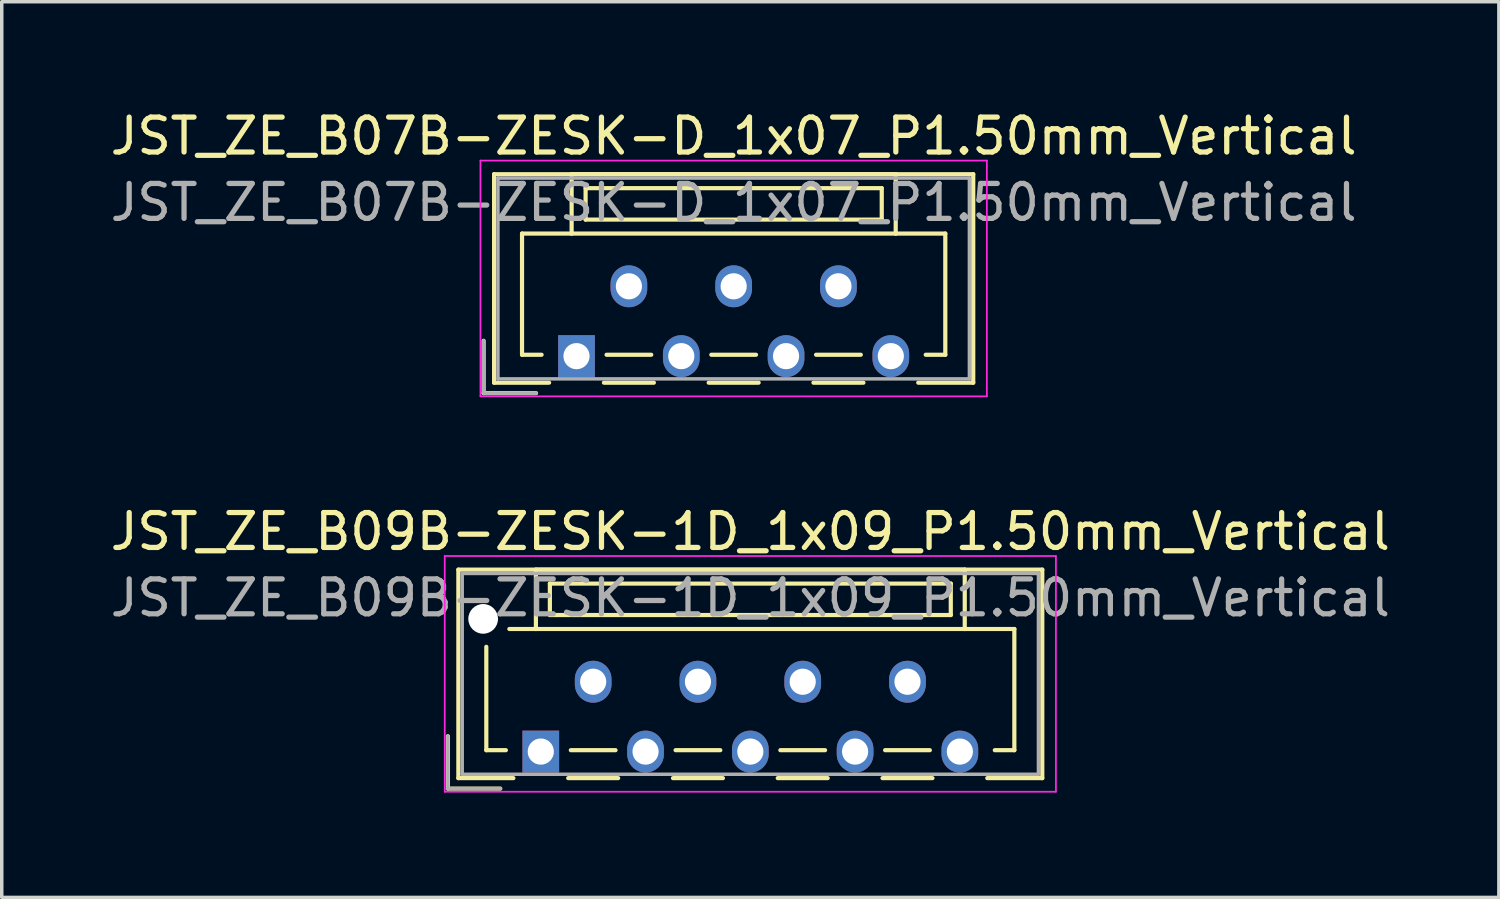
<source format=kicad_pcb>
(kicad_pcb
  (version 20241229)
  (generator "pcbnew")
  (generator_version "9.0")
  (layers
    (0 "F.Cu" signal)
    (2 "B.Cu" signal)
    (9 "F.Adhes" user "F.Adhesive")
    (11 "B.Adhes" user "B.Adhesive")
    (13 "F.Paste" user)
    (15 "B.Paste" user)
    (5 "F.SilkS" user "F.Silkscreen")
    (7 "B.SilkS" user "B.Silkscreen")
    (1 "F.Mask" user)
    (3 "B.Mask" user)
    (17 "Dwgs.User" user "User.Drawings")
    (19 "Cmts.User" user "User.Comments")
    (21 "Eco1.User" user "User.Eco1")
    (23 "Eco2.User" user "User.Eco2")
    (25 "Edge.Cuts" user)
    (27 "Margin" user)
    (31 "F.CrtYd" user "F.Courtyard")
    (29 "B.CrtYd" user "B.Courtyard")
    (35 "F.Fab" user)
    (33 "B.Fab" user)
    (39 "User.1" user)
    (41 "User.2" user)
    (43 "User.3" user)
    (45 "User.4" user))
  (footprint "JST_ZE_B09B-ZESK-1D_1x09_P1.50mm_Vertical"
    (layer "F.Cu")
    (at 12.435 18.471)
    (property "Reference" "JST_ZE_B09B-ZESK-1D_1x09_P1.50mm_Vertical" (at 6 -6.3 0) (layer "F.SilkS") (effects (font (size 1 1) (thickness 0.15))))
    (attr through_hole)
    (fp_line (start -2.66 -0.44) (end -2.66 1.06) (stroke (width 0.12) (type solid)) (layer "F.SilkS"))
    (fp_line (start -2.66 1.06) (end -1.16 1.06) (stroke (width 0.12) (type solid)) (layer "F.SilkS"))
    (fp_line (start -2.36 -5.21) (end 14.36 -5.21) (stroke (width 0.12) (type solid)) (layer "F.SilkS"))
    (fp_line (start -2.36 0.76) (end -2.36 -5.21) (stroke (width 0.12) (type solid)) (layer "F.SilkS"))
    (fp_line (start -1.56 -3) (end -1.56 -0.04) (stroke (width 0.12) (type solid)) (layer "F.SilkS"))
    (fp_line (start -1.56 -0.04) (end -1 -0.04) (stroke (width 0.12) (type solid)) (layer "F.SilkS"))
    (fp_line (start -0.785 0.76) (end -2.36 0.76) (stroke (width 0.12) (type solid)) (layer "F.SilkS"))
    (fp_line (start -0.14 -5.21) (end -0.14 -3.51) (stroke (width 0.12) (type solid)) (layer "F.SilkS"))
    (fp_line (start -0.14 -3.51) (end -0.9 -3.51) (stroke (width 0.12) (type solid)) (layer "F.SilkS"))
    (fp_line (start -0.14 -3.51) (end 12.14 -3.51) (stroke (width 0.12) (type solid)) (layer "F.SilkS"))
    (fp_line (start 0.26 -4.81) (end 0.26 -3.91) (stroke (width 0.12) (type solid)) (layer "F.SilkS"))
    (fp_line (start 0.26 -3.91) (end 11.74 -3.91) (stroke (width 0.12) (type solid)) (layer "F.SilkS"))
    (fp_line (start 0.785 0.76) (end 2.215 0.76) (stroke (width 0.12) (type solid)) (layer "F.SilkS"))
    (fp_line (start 0.86 -0.04) (end 2.14 -0.04) (stroke (width 0.12) (type solid)) (layer "F.SilkS"))
    (fp_line (start 3.785 0.76) (end 5.215 0.76) (stroke (width 0.12) (type solid)) (layer "F.SilkS"))
    (fp_line (start 3.86 -0.04) (end 5.14 -0.04) (stroke (width 0.12) (type solid)) (layer "F.SilkS"))
    (fp_line (start 6.785 0.76) (end 8.215 0.76) (stroke (width 0.12) (type solid)) (layer "F.SilkS"))
    (fp_line (start 6.86 -0.04) (end 8.14 -0.04) (stroke (width 0.12) (type solid)) (layer "F.SilkS"))
    (fp_line (start 9.785 0.76) (end 11.215 0.76) (stroke (width 0.12) (type solid)) (layer "F.SilkS"))
    (fp_line (start 9.86 -0.04) (end 11.14 -0.04) (stroke (width 0.12) (type solid)) (layer "F.SilkS"))
    (fp_line (start 11.74 -4.81) (end 0.26 -4.81) (stroke (width 0.12) (type solid)) (layer "F.SilkS"))
    (fp_line (start 11.74 -3.91) (end 11.74 -4.81) (stroke (width 0.12) (type solid)) (layer "F.SilkS"))
    (fp_line (start 12.14 -5.21) (end -0.14 -5.21) (stroke (width 0.12) (type solid)) (layer "F.SilkS"))
    (fp_line (start 12.14 -3.51) (end 12.14 -5.21) (stroke (width 0.12) (type solid)) (layer "F.SilkS"))
    (fp_line (start 12.14 -3.51) (end 13.56 -3.51) (stroke (width 0.12) (type solid)) (layer "F.SilkS"))
    (fp_line (start 13.56 -3.51) (end 13.56 -0.04) (stroke (width 0.12) (type solid)) (layer "F.SilkS"))
    (fp_line (start 13.56 -0.04) (end 13 -0.04) (stroke (width 0.12) (type solid)) (layer "F.SilkS"))
    (fp_line (start 14.36 -5.21) (end 14.36 0.76) (stroke (width 0.12) (type solid)) (layer "F.SilkS"))
    (fp_line (start 14.36 0.76) (end 12.785 0.76) (stroke (width 0.12) (type solid)) (layer "F.SilkS"))
    (fp_line (start -2.75 -5.6) (end -2.75 1.15) (stroke (width 0.05) (type solid)) (layer "F.CrtYd"))
    (fp_line (start -2.75 1.15) (end 14.75 1.15) (stroke (width 0.05) (type solid)) (layer "F.CrtYd"))
    (fp_line (start 14.75 -5.6) (end -2.75 -5.6) (stroke (width 0.05) (type solid)) (layer "F.CrtYd"))
    (fp_line (start 14.75 1.15) (end 14.75 -5.6) (stroke (width 0.05) (type solid)) (layer "F.CrtYd"))
    (fp_line (start -2.66 -0.44) (end -2.66 1.06) (stroke (width 0.1) (type solid)) (layer "F.Fab"))
    (fp_line (start -2.66 1.06) (end -1.16 1.06) (stroke (width 0.1) (type solid)) (layer "F.Fab"))
    (fp_line (start -2.25 -5.1) (end -2.25 0.65) (stroke (width 0.1) (type solid)) (layer "F.Fab"))
    (fp_line (start -2.25 0.65) (end 14.25 0.65) (stroke (width 0.1) (type solid)) (layer "F.Fab"))
    (fp_line (start 14.25 -5.1) (end -2.25 -5.1) (stroke (width 0.1) (type solid)) (layer "F.Fab"))
    (fp_line (start 14.25 0.65) (end 14.25 -5.1) (stroke (width 0.1) (type solid)) (layer "F.Fab"))
    (fp_text user "${REFERENCE}" (at 6 -4.4 0) (layer "F.Fab") (effects (font (size 1 1) (thickness 0.15))))
    (pad "" np_thru_hole circle (at -1.65 -3.8) (size 0.85 0.85) (drill 0.85) (layers "*.Cu" "*.Mask"))
    (pad "1" thru_hole rect (at 0 0) (size 1.05 1.2) (drill 0.75) (layers "*.Cu" "*.Mask"))
    (pad "2" thru_hole oval (at 1.5 -2) (size 1.05 1.2) (drill 0.75) (layers "*.Cu" "*.Mask"))
    (pad "3" thru_hole oval (at 3 0) (size 1.05 1.2) (drill 0.75) (layers "*.Cu" "*.Mask"))
    (pad "4" thru_hole oval (at 4.5 -2) (size 1.05 1.2) (drill 0.75) (layers "*.Cu" "*.Mask"))
    (pad "5" thru_hole oval (at 6 0) (size 1.05 1.2) (drill 0.75) (layers "*.Cu" "*.Mask"))
    (pad "6" thru_hole oval (at 7.5 -2) (size 1.05 1.2) (drill 0.75) (layers "*.Cu" "*.Mask"))
    (pad "7" thru_hole oval (at 9 0) (size 1.05 1.2) (drill 0.75) (layers "*.Cu" "*.Mask"))
    (pad "8" thru_hole oval (at 10.5 -2) (size 1.05 1.2) (drill 0.75) (layers "*.Cu" "*.Mask"))
    (pad "9" thru_hole oval (at 12 0) (size 1.05 1.2) (drill 0.75) (layers "*.Cu" "*.Mask")))
  (footprint "JST_ZE_B07B-ZESK-D_1x07_P1.50mm_Vertical"
    (layer "F.Cu")
    (at 13.458 7.148)
    (property "Reference" "JST_ZE_B07B-ZESK-D_1x07_P1.50mm_Vertical" (at 4.5 -6.3 0) (layer "F.SilkS") (effects (font (size 1 1) (thickness 0.15))))
    (attr through_hole)
    (fp_line (start -2.66 -0.44) (end -2.66 1.06) (stroke (width 0.12) (type solid)) (layer "F.SilkS"))
    (fp_line (start -2.66 1.06) (end -1.16 1.06) (stroke (width 0.12) (type solid)) (layer "F.SilkS"))
    (fp_line (start -2.36 -5.21) (end 11.36 -5.21) (stroke (width 0.12) (type solid)) (layer "F.SilkS"))
    (fp_line (start -2.36 0.76) (end -2.36 -5.21) (stroke (width 0.12) (type solid)) (layer "F.SilkS"))
    (fp_line (start -1.56 -3.51) (end -1.56 -0.04) (stroke (width 0.12) (type solid)) (layer "F.SilkS"))
    (fp_line (start -1.56 -0.04) (end -1 -0.04) (stroke (width 0.12) (type solid)) (layer "F.SilkS"))
    (fp_line (start -0.785 0.76) (end -2.36 0.76) (stroke (width 0.12) (type solid)) (layer "F.SilkS"))
    (fp_line (start -0.14 -5.21) (end -0.14 -3.51) (stroke (width 0.12) (type solid)) (layer "F.SilkS"))
    (fp_line (start -0.14 -3.51) (end -1.56 -3.51) (stroke (width 0.12) (type solid)) (layer "F.SilkS"))
    (fp_line (start -0.14 -3.51) (end 9.14 -3.51) (stroke (width 0.12) (type solid)) (layer "F.SilkS"))
    (fp_line (start 0.26 -4.81) (end 0.26 -3.91) (stroke (width 0.12) (type solid)) (layer "F.SilkS"))
    (fp_line (start 0.26 -3.91) (end 8.74 -3.91) (stroke (width 0.12) (type solid)) (layer "F.SilkS"))
    (fp_line (start 0.785 0.76) (end 2.215 0.76) (stroke (width 0.12) (type solid)) (layer "F.SilkS"))
    (fp_line (start 0.86 -0.04) (end 2.14 -0.04) (stroke (width 0.12) (type solid)) (layer "F.SilkS"))
    (fp_line (start 3.785 0.76) (end 5.215 0.76) (stroke (width 0.12) (type solid)) (layer "F.SilkS"))
    (fp_line (start 3.86 -0.04) (end 5.14 -0.04) (stroke (width 0.12) (type solid)) (layer "F.SilkS"))
    (fp_line (start 6.785 0.76) (end 8.215 0.76) (stroke (width 0.12) (type solid)) (layer "F.SilkS"))
    (fp_line (start 6.86 -0.04) (end 8.14 -0.04) (stroke (width 0.12) (type solid)) (layer "F.SilkS"))
    (fp_line (start 8.74 -4.81) (end 0.26 -4.81) (stroke (width 0.12) (type solid)) (layer "F.SilkS"))
    (fp_line (start 8.74 -3.91) (end 8.74 -4.81) (stroke (width 0.12) (type solid)) (layer "F.SilkS"))
    (fp_line (start 9.14 -5.21) (end -0.14 -5.21) (stroke (width 0.12) (type solid)) (layer "F.SilkS"))
    (fp_line (start 9.14 -3.51) (end 9.14 -5.21) (stroke (width 0.12) (type solid)) (layer "F.SilkS"))
    (fp_line (start 9.14 -3.51) (end 10.56 -3.51) (stroke (width 0.12) (type solid)) (layer "F.SilkS"))
    (fp_line (start 10.56 -3.51) (end 10.56 -0.04) (stroke (width 0.12) (type solid)) (layer "F.SilkS"))
    (fp_line (start 10.56 -0.04) (end 10 -0.04) (stroke (width 0.12) (type solid)) (layer "F.SilkS"))
    (fp_line (start 11.36 -5.21) (end 11.36 0.76) (stroke (width 0.12) (type solid)) (layer "F.SilkS"))
    (fp_line (start 11.36 0.76) (end 9.785 0.76) (stroke (width 0.12) (type solid)) (layer "F.SilkS"))
    (fp_line (start -2.75 -5.6) (end -2.75 1.15) (stroke (width 0.05) (type solid)) (layer "F.CrtYd"))
    (fp_line (start -2.75 1.15) (end 11.75 1.15) (stroke (width 0.05) (type solid)) (layer "F.CrtYd"))
    (fp_line (start 11.75 -5.6) (end -2.75 -5.6) (stroke (width 0.05) (type solid)) (layer "F.CrtYd"))
    (fp_line (start 11.75 1.15) (end 11.75 -5.6) (stroke (width 0.05) (type solid)) (layer "F.CrtYd"))
    (fp_line (start -2.66 -0.44) (end -2.66 1.06) (stroke (width 0.1) (type solid)) (layer "F.Fab"))
    (fp_line (start -2.66 1.06) (end -1.16 1.06) (stroke (width 0.1) (type solid)) (layer "F.Fab"))
    (fp_line (start -2.25 -5.1) (end -2.25 0.65) (stroke (width 0.1) (type solid)) (layer "F.Fab"))
    (fp_line (start -2.25 0.65) (end 11.25 0.65) (stroke (width 0.1) (type solid)) (layer "F.Fab"))
    (fp_line (start 11.25 -5.1) (end -2.25 -5.1) (stroke (width 0.1) (type solid)) (layer "F.Fab"))
    (fp_line (start 11.25 0.65) (end 11.25 -5.1) (stroke (width 0.1) (type solid)) (layer "F.Fab"))
    (fp_text user "${REFERENCE}" (at 4.5 -4.4 0) (layer "F.Fab") (effects (font (size 1 1) (thickness 0.15))))
    (pad "1" thru_hole rect (at 0 0) (size 1.05 1.2) (drill 0.75) (layers "*.Cu" "*.Mask"))
    (pad "2" thru_hole oval (at 1.5 -2) (size 1.05 1.2) (drill 0.75) (layers "*.Cu" "*.Mask"))
    (pad "3" thru_hole oval (at 3 0) (size 1.05 1.2) (drill 0.75) (layers "*.Cu" "*.Mask"))
    (pad "4" thru_hole oval (at 4.5 -2) (size 1.05 1.2) (drill 0.75) (layers "*.Cu" "*.Mask"))
    (pad "5" thru_hole oval (at 6 0) (size 1.05 1.2) (drill 0.75) (layers "*.Cu" "*.Mask"))
    (pad "6" thru_hole oval (at 7.5 -2) (size 1.05 1.2) (drill 0.75) (layers "*.Cu" "*.Mask"))
    (pad "7" thru_hole oval (at 9 0) (size 1.05 1.2) (drill 0.75) (layers "*.Cu" "*.Mask")))
  (gr_rect
    (start -3 -3)
    (end 39.869 22.646)
    (stroke (width 0.1) (type default))
    (fill no)
    (layer "Edge.Cuts")))
</source>
